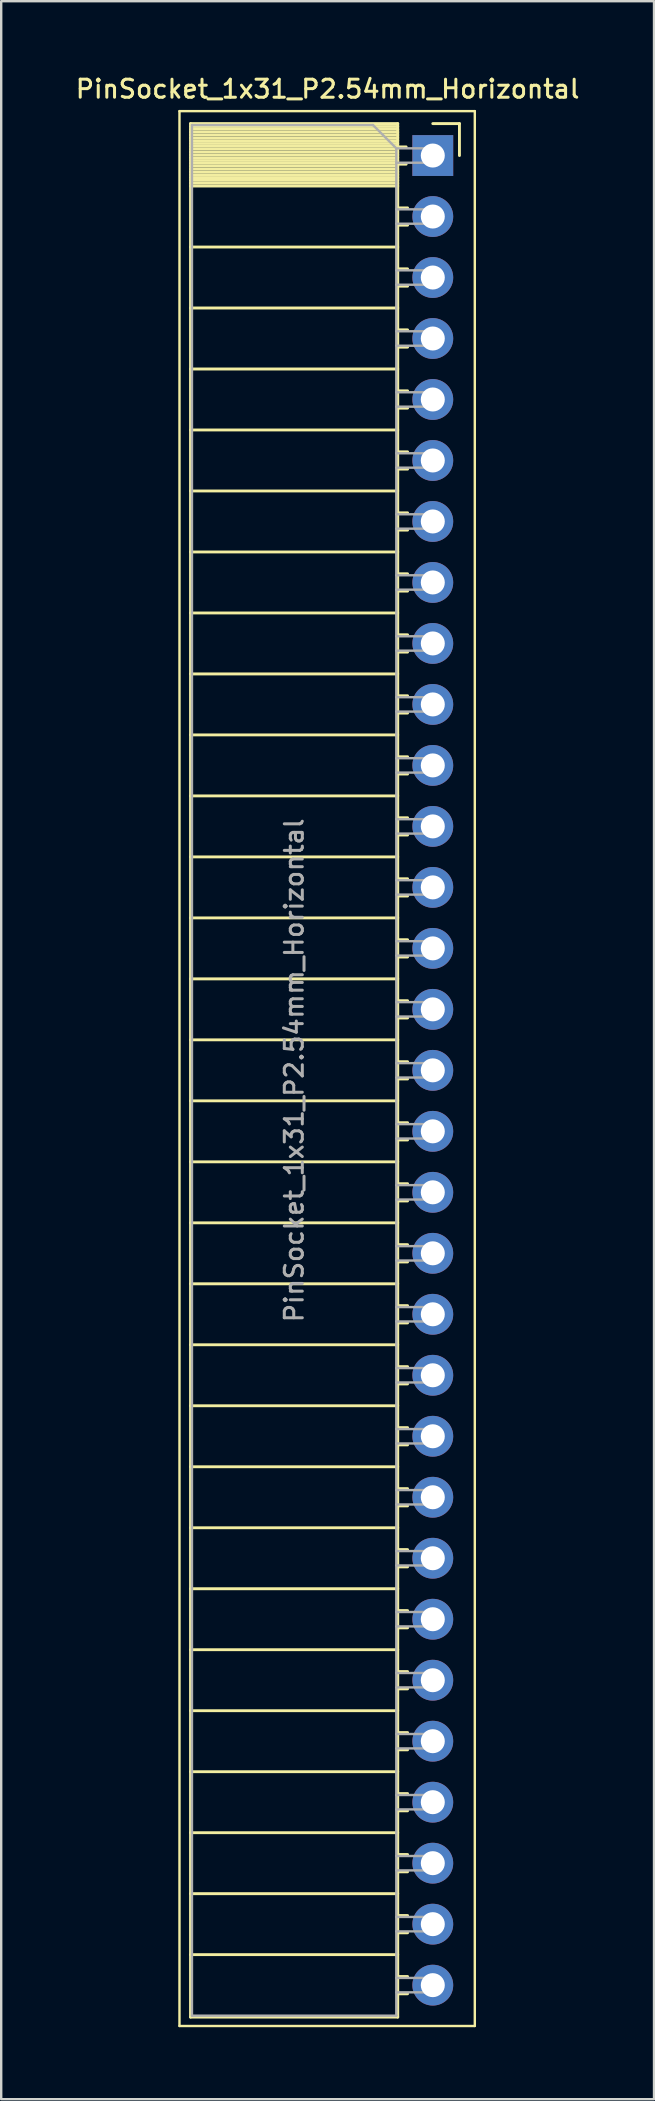
<source format=kicad_pcb>
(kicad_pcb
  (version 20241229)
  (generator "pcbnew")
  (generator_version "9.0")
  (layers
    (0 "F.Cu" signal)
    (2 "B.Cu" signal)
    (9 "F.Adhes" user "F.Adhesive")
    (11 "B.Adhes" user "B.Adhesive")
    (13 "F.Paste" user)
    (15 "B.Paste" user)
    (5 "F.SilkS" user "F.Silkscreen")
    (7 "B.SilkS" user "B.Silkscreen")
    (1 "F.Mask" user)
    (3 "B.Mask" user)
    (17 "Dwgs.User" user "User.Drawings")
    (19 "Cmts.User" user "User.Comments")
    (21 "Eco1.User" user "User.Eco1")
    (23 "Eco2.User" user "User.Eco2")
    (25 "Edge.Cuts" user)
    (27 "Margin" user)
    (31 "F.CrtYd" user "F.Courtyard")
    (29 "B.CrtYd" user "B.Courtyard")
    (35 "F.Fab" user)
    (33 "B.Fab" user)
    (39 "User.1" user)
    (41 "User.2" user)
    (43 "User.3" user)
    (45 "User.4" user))
  (footprint "PinSocket_1x31_P2.54mm_Horizontal"
    (layer "F.Cu")
    (at 14.975 3.428)
    (property "Reference" "PinSocket_1x31_P2.54mm_Horizontal" (at -4.38 -2.77 0) (layer "F.SilkS") (effects (font (size 0.75 0.75) (thickness 0.125))))
    (attr through_hole)
    (fp_line (start -10.55 -1.85) (end -10.55 77.9) (stroke (width 0.1) (type solid)) (layer "F.SilkS"))
    (fp_line (start -10.55 77.9) (end 1.75 77.9) (stroke (width 0.1) (type solid)) (layer "F.SilkS"))
    (fp_line (start -10.09 -1.33) (end -10.09 77.53) (stroke (width 0.12) (type solid)) (layer "F.SilkS"))
    (fp_line (start -10.09 -1.33) (end -1.46 -1.33) (stroke (width 0.12) (type solid)) (layer "F.SilkS"))
    (fp_line (start -10.09 -1.21) (end -1.46 -1.21) (stroke (width 0.12) (type solid)) (layer "F.SilkS"))
    (fp_line (start -10.09 -1.092) (end -1.46 -1.092) (stroke (width 0.12) (type solid)) (layer "F.SilkS"))
    (fp_line (start -10.09 -0.974) (end -1.46 -0.974) (stroke (width 0.12) (type solid)) (layer "F.SilkS"))
    (fp_line (start -10.09 -0.856) (end -1.46 -0.856) (stroke (width 0.12) (type solid)) (layer "F.SilkS"))
    (fp_line (start -10.09 -0.738) (end -1.46 -0.738) (stroke (width 0.12) (type solid)) (layer "F.SilkS"))
    (fp_line (start -10.09 -0.62) (end -1.46 -0.62) (stroke (width 0.12) (type solid)) (layer "F.SilkS"))
    (fp_line (start -10.09 -0.501) (end -1.46 -0.501) (stroke (width 0.12) (type solid)) (layer "F.SilkS"))
    (fp_line (start -10.09 -0.383) (end -1.46 -0.383) (stroke (width 0.12) (type solid)) (layer "F.SilkS"))
    (fp_line (start -10.09 -0.265) (end -1.46 -0.265) (stroke (width 0.12) (type solid)) (layer "F.SilkS"))
    (fp_line (start -10.09 -0.147) (end -1.46 -0.147) (stroke (width 0.12) (type solid)) (layer "F.SilkS"))
    (fp_line (start -10.09 -0.029) (end -1.46 -0.029) (stroke (width 0.12) (type solid)) (layer "F.SilkS"))
    (fp_line (start -10.09 0.089) (end -1.46 0.089) (stroke (width 0.12) (type solid)) (layer "F.SilkS"))
    (fp_line (start -10.09 0.207) (end -1.46 0.207) (stroke (width 0.12) (type solid)) (layer "F.SilkS"))
    (fp_line (start -10.09 0.325) (end -1.46 0.325) (stroke (width 0.12) (type solid)) (layer "F.SilkS"))
    (fp_line (start -10.09 0.443) (end -1.46 0.443) (stroke (width 0.12) (type solid)) (layer "F.SilkS"))
    (fp_line (start -10.09 0.561) (end -1.46 0.561) (stroke (width 0.12) (type solid)) (layer "F.SilkS"))
    (fp_line (start -10.09 0.68) (end -1.46 0.68) (stroke (width 0.12) (type solid)) (layer "F.SilkS"))
    (fp_line (start -10.09 0.798) (end -1.46 0.798) (stroke (width 0.12) (type solid)) (layer "F.SilkS"))
    (fp_line (start -10.09 0.916) (end -1.46 0.916) (stroke (width 0.12) (type solid)) (layer "F.SilkS"))
    (fp_line (start -10.09 1.034) (end -1.46 1.034) (stroke (width 0.12) (type solid)) (layer "F.SilkS"))
    (fp_line (start -10.09 1.152) (end -1.46 1.152) (stroke (width 0.12) (type solid)) (layer "F.SilkS"))
    (fp_line (start -10.09 1.27) (end -1.46 1.27) (stroke (width 0.12) (type solid)) (layer "F.SilkS"))
    (fp_line (start -10.09 3.81) (end -1.46 3.81) (stroke (width 0.12) (type solid)) (layer "F.SilkS"))
    (fp_line (start -10.09 6.35) (end -1.46 6.35) (stroke (width 0.12) (type solid)) (layer "F.SilkS"))
    (fp_line (start -10.09 8.89) (end -1.46 8.89) (stroke (width 0.12) (type solid)) (layer "F.SilkS"))
    (fp_line (start -10.09 11.43) (end -1.46 11.43) (stroke (width 0.12) (type solid)) (layer "F.SilkS"))
    (fp_line (start -10.09 13.97) (end -1.46 13.97) (stroke (width 0.12) (type solid)) (layer "F.SilkS"))
    (fp_line (start -10.09 16.51) (end -1.46 16.51) (stroke (width 0.12) (type solid)) (layer "F.SilkS"))
    (fp_line (start -10.09 19.05) (end -1.46 19.05) (stroke (width 0.12) (type solid)) (layer "F.SilkS"))
    (fp_line (start -10.09 21.59) (end -1.46 21.59) (stroke (width 0.12) (type solid)) (layer "F.SilkS"))
    (fp_line (start -10.09 24.13) (end -1.46 24.13) (stroke (width 0.12) (type solid)) (layer "F.SilkS"))
    (fp_line (start -10.09 26.67) (end -1.46 26.67) (stroke (width 0.12) (type solid)) (layer "F.SilkS"))
    (fp_line (start -10.09 29.21) (end -1.46 29.21) (stroke (width 0.12) (type solid)) (layer "F.SilkS"))
    (fp_line (start -10.09 31.75) (end -1.46 31.75) (stroke (width 0.12) (type solid)) (layer "F.SilkS"))
    (fp_line (start -10.09 34.29) (end -1.46 34.29) (stroke (width 0.12) (type solid)) (layer "F.SilkS"))
    (fp_line (start -10.09 36.83) (end -1.46 36.83) (stroke (width 0.12) (type solid)) (layer "F.SilkS"))
    (fp_line (start -10.09 39.37) (end -1.46 39.37) (stroke (width 0.12) (type solid)) (layer "F.SilkS"))
    (fp_line (start -10.09 41.91) (end -1.46 41.91) (stroke (width 0.12) (type solid)) (layer "F.SilkS"))
    (fp_line (start -10.09 44.45) (end -1.46 44.45) (stroke (width 0.12) (type solid)) (layer "F.SilkS"))
    (fp_line (start -10.09 46.99) (end -1.46 46.99) (stroke (width 0.12) (type solid)) (layer "F.SilkS"))
    (fp_line (start -10.09 49.53) (end -1.46 49.53) (stroke (width 0.12) (type solid)) (layer "F.SilkS"))
    (fp_line (start -10.09 52.07) (end -1.46 52.07) (stroke (width 0.12) (type solid)) (layer "F.SilkS"))
    (fp_line (start -10.09 54.61) (end -1.46 54.61) (stroke (width 0.12) (type solid)) (layer "F.SilkS"))
    (fp_line (start -10.09 57.15) (end -1.46 57.15) (stroke (width 0.12) (type solid)) (layer "F.SilkS"))
    (fp_line (start -10.09 59.69) (end -1.46 59.69) (stroke (width 0.12) (type solid)) (layer "F.SilkS"))
    (fp_line (start -10.09 62.23) (end -1.46 62.23) (stroke (width 0.12) (type solid)) (layer "F.SilkS"))
    (fp_line (start -10.09 64.77) (end -1.46 64.77) (stroke (width 0.12) (type solid)) (layer "F.SilkS"))
    (fp_line (start -10.09 67.31) (end -1.46 67.31) (stroke (width 0.12) (type solid)) (layer "F.SilkS"))
    (fp_line (start -10.09 69.85) (end -1.46 69.85) (stroke (width 0.12) (type solid)) (layer "F.SilkS"))
    (fp_line (start -10.09 72.39) (end -1.46 72.39) (stroke (width 0.12) (type solid)) (layer "F.SilkS"))
    (fp_line (start -10.09 74.93) (end -1.46 74.93) (stroke (width 0.12) (type solid)) (layer "F.SilkS"))
    (fp_line (start -10.09 77.53) (end -1.46 77.53) (stroke (width 0.12) (type solid)) (layer "F.SilkS"))
    (fp_line (start -1.46 -1.33) (end -1.46 77.53) (stroke (width 0.12) (type solid)) (layer "F.SilkS"))
    (fp_line (start -1.46 -0.36) (end -1.11 -0.36) (stroke (width 0.12) (type solid)) (layer "F.SilkS"))
    (fp_line (start -1.46 0.36) (end -1.11 0.36) (stroke (width 0.12) (type solid)) (layer "F.SilkS"))
    (fp_line (start -1.46 2.18) (end -1.05 2.18) (stroke (width 0.12) (type solid)) (layer "F.SilkS"))
    (fp_line (start -1.46 2.9) (end -1.05 2.9) (stroke (width 0.12) (type solid)) (layer "F.SilkS"))
    (fp_line (start -1.46 4.72) (end -1.05 4.72) (stroke (width 0.12) (type solid)) (layer "F.SilkS"))
    (fp_line (start -1.46 5.44) (end -1.05 5.44) (stroke (width 0.12) (type solid)) (layer "F.SilkS"))
    (fp_line (start -1.46 7.26) (end -1.05 7.26) (stroke (width 0.12) (type solid)) (layer "F.SilkS"))
    (fp_line (start -1.46 7.98) (end -1.05 7.98) (stroke (width 0.12) (type solid)) (layer "F.SilkS"))
    (fp_line (start -1.46 9.8) (end -1.05 9.8) (stroke (width 0.12) (type solid)) (layer "F.SilkS"))
    (fp_line (start -1.46 10.52) (end -1.05 10.52) (stroke (width 0.12) (type solid)) (layer "F.SilkS"))
    (fp_line (start -1.46 12.34) (end -1.05 12.34) (stroke (width 0.12) (type solid)) (layer "F.SilkS"))
    (fp_line (start -1.46 13.06) (end -1.05 13.06) (stroke (width 0.12) (type solid)) (layer "F.SilkS"))
    (fp_line (start -1.46 14.88) (end -1.05 14.88) (stroke (width 0.12) (type solid)) (layer "F.SilkS"))
    (fp_line (start -1.46 15.6) (end -1.05 15.6) (stroke (width 0.12) (type solid)) (layer "F.SilkS"))
    (fp_line (start -1.46 17.42) (end -1.05 17.42) (stroke (width 0.12) (type solid)) (layer "F.SilkS"))
    (fp_line (start -1.46 18.14) (end -1.05 18.14) (stroke (width 0.12) (type solid)) (layer "F.SilkS"))
    (fp_line (start -1.46 19.96) (end -1.05 19.96) (stroke (width 0.12) (type solid)) (layer "F.SilkS"))
    (fp_line (start -1.46 20.68) (end -1.05 20.68) (stroke (width 0.12) (type solid)) (layer "F.SilkS"))
    (fp_line (start -1.46 22.5) (end -1.05 22.5) (stroke (width 0.12) (type solid)) (layer "F.SilkS"))
    (fp_line (start -1.46 23.22) (end -1.05 23.22) (stroke (width 0.12) (type solid)) (layer "F.SilkS"))
    (fp_line (start -1.46 25.04) (end -1.05 25.04) (stroke (width 0.12) (type solid)) (layer "F.SilkS"))
    (fp_line (start -1.46 25.76) (end -1.05 25.76) (stroke (width 0.12) (type solid)) (layer "F.SilkS"))
    (fp_line (start -1.46 27.58) (end -1.05 27.58) (stroke (width 0.12) (type solid)) (layer "F.SilkS"))
    (fp_line (start -1.46 28.3) (end -1.05 28.3) (stroke (width 0.12) (type solid)) (layer "F.SilkS"))
    (fp_line (start -1.46 30.12) (end -1.05 30.12) (stroke (width 0.12) (type solid)) (layer "F.SilkS"))
    (fp_line (start -1.46 30.84) (end -1.05 30.84) (stroke (width 0.12) (type solid)) (layer "F.SilkS"))
    (fp_line (start -1.46 32.66) (end -1.05 32.66) (stroke (width 0.12) (type solid)) (layer "F.SilkS"))
    (fp_line (start -1.46 33.38) (end -1.05 33.38) (stroke (width 0.12) (type solid)) (layer "F.SilkS"))
    (fp_line (start -1.46 35.2) (end -1.05 35.2) (stroke (width 0.12) (type solid)) (layer "F.SilkS"))
    (fp_line (start -1.46 35.92) (end -1.05 35.92) (stroke (width 0.12) (type solid)) (layer "F.SilkS"))
    (fp_line (start -1.46 37.74) (end -1.05 37.74) (stroke (width 0.12) (type solid)) (layer "F.SilkS"))
    (fp_line (start -1.46 38.46) (end -1.05 38.46) (stroke (width 0.12) (type solid)) (layer "F.SilkS"))
    (fp_line (start -1.46 40.28) (end -1.05 40.28) (stroke (width 0.12) (type solid)) (layer "F.SilkS"))
    (fp_line (start -1.46 41) (end -1.05 41) (stroke (width 0.12) (type solid)) (layer "F.SilkS"))
    (fp_line (start -1.46 42.82) (end -1.05 42.82) (stroke (width 0.12) (type solid)) (layer "F.SilkS"))
    (fp_line (start -1.46 43.54) (end -1.05 43.54) (stroke (width 0.12) (type solid)) (layer "F.SilkS"))
    (fp_line (start -1.46 45.36) (end -1.05 45.36) (stroke (width 0.12) (type solid)) (layer "F.SilkS"))
    (fp_line (start -1.46 46.08) (end -1.05 46.08) (stroke (width 0.12) (type solid)) (layer "F.SilkS"))
    (fp_line (start -1.46 47.9) (end -1.05 47.9) (stroke (width 0.12) (type solid)) (layer "F.SilkS"))
    (fp_line (start -1.46 48.62) (end -1.05 48.62) (stroke (width 0.12) (type solid)) (layer "F.SilkS"))
    (fp_line (start -1.46 50.44) (end -1.05 50.44) (stroke (width 0.12) (type solid)) (layer "F.SilkS"))
    (fp_line (start -1.46 51.16) (end -1.05 51.16) (stroke (width 0.12) (type solid)) (layer "F.SilkS"))
    (fp_line (start -1.46 52.98) (end -1.05 52.98) (stroke (width 0.12) (type solid)) (layer "F.SilkS"))
    (fp_line (start -1.46 53.7) (end -1.05 53.7) (stroke (width 0.12) (type solid)) (layer "F.SilkS"))
    (fp_line (start -1.46 55.52) (end -1.05 55.52) (stroke (width 0.12) (type solid)) (layer "F.SilkS"))
    (fp_line (start -1.46 56.24) (end -1.05 56.24) (stroke (width 0.12) (type solid)) (layer "F.SilkS"))
    (fp_line (start -1.46 58.06) (end -1.05 58.06) (stroke (width 0.12) (type solid)) (layer "F.SilkS"))
    (fp_line (start -1.46 58.78) (end -1.05 58.78) (stroke (width 0.12) (type solid)) (layer "F.SilkS"))
    (fp_line (start -1.46 60.6) (end -1.05 60.6) (stroke (width 0.12) (type solid)) (layer "F.SilkS"))
    (fp_line (start -1.46 61.32) (end -1.05 61.32) (stroke (width 0.12) (type solid)) (layer "F.SilkS"))
    (fp_line (start -1.46 63.14) (end -1.05 63.14) (stroke (width 0.12) (type solid)) (layer "F.SilkS"))
    (fp_line (start -1.46 63.86) (end -1.05 63.86) (stroke (width 0.12) (type solid)) (layer "F.SilkS"))
    (fp_line (start -1.46 65.68) (end -1.05 65.68) (stroke (width 0.12) (type solid)) (layer "F.SilkS"))
    (fp_line (start -1.46 66.4) (end -1.05 66.4) (stroke (width 0.12) (type solid)) (layer "F.SilkS"))
    (fp_line (start -1.46 68.22) (end -1.05 68.22) (stroke (width 0.12) (type solid)) (layer "F.SilkS"))
    (fp_line (start -1.46 68.94) (end -1.05 68.94) (stroke (width 0.12) (type solid)) (layer "F.SilkS"))
    (fp_line (start -1.46 70.76) (end -1.05 70.76) (stroke (width 0.12) (type solid)) (layer "F.SilkS"))
    (fp_line (start -1.46 71.48) (end -1.05 71.48) (stroke (width 0.12) (type solid)) (layer "F.SilkS"))
    (fp_line (start -1.46 73.3) (end -1.05 73.3) (stroke (width 0.12) (type solid)) (layer "F.SilkS"))
    (fp_line (start -1.46 74.02) (end -1.05 74.02) (stroke (width 0.12) (type solid)) (layer "F.SilkS"))
    (fp_line (start -1.46 75.84) (end -1.05 75.84) (stroke (width 0.12) (type solid)) (layer "F.SilkS"))
    (fp_line (start -1.46 76.56) (end -1.05 76.56) (stroke (width 0.12) (type solid)) (layer "F.SilkS"))
    (fp_line (start 0 -1.33) (end 1.11 -1.33) (stroke (width 0.12) (type solid)) (layer "F.SilkS"))
    (fp_line (start 1.11 -1.33) (end 1.11 0) (stroke (width 0.12) (type solid)) (layer "F.SilkS"))
    (fp_line (start 1.75 -1.85) (end -10.55 -1.85) (stroke (width 0.1) (type solid)) (layer "F.SilkS"))
    (fp_line (start 1.75 77.9) (end 1.75 -1.85) (stroke (width 0.1) (type solid)) (layer "F.SilkS"))
    (fp_line (start -10.03 -1.27) (end -2.49 -1.27) (stroke (width 0.1) (type solid)) (layer "F.Fab"))
    (fp_line (start -10.03 77.47) (end -10.03 -1.27) (stroke (width 0.1) (type solid)) (layer "F.Fab"))
    (fp_line (start -2.49 -1.27) (end -1.52 -0.3) (stroke (width 0.1) (type solid)) (layer "F.Fab"))
    (fp_line (start -1.52 -0.3) (end -1.52 77.47) (stroke (width 0.1) (type solid)) (layer "F.Fab"))
    (fp_line (start -1.52 0.3) (end 0 0.3) (stroke (width 0.1) (type solid)) (layer "F.Fab"))
    (fp_line (start -1.52 2.84) (end 0 2.84) (stroke (width 0.1) (type solid)) (layer "F.Fab"))
    (fp_line (start -1.52 5.38) (end 0 5.38) (stroke (width 0.1) (type solid)) (layer "F.Fab"))
    (fp_line (start -1.52 7.92) (end 0 7.92) (stroke (width 0.1) (type solid)) (layer "F.Fab"))
    (fp_line (start -1.52 10.46) (end 0 10.46) (stroke (width 0.1) (type solid)) (layer "F.Fab"))
    (fp_line (start -1.52 13) (end 0 13) (stroke (width 0.1) (type solid)) (layer "F.Fab"))
    (fp_line (start -1.52 15.54) (end 0 15.54) (stroke (width 0.1) (type solid)) (layer "F.Fab"))
    (fp_line (start -1.52 18.08) (end 0 18.08) (stroke (width 0.1) (type solid)) (layer "F.Fab"))
    (fp_line (start -1.52 20.62) (end 0 20.62) (stroke (width 0.1) (type solid)) (layer "F.Fab"))
    (fp_line (start -1.52 23.16) (end 0 23.16) (stroke (width 0.1) (type solid)) (layer "F.Fab"))
    (fp_line (start -1.52 25.7) (end 0 25.7) (stroke (width 0.1) (type solid)) (layer "F.Fab"))
    (fp_line (start -1.52 28.24) (end 0 28.24) (stroke (width 0.1) (type solid)) (layer "F.Fab"))
    (fp_line (start -1.52 30.78) (end 0 30.78) (stroke (width 0.1) (type solid)) (layer "F.Fab"))
    (fp_line (start -1.52 33.32) (end 0 33.32) (stroke (width 0.1) (type solid)) (layer "F.Fab"))
    (fp_line (start -1.52 35.86) (end 0 35.86) (stroke (width 0.1) (type solid)) (layer "F.Fab"))
    (fp_line (start -1.52 38.4) (end 0 38.4) (stroke (width 0.1) (type solid)) (layer "F.Fab"))
    (fp_line (start -1.52 40.94) (end 0 40.94) (stroke (width 0.1) (type solid)) (layer "F.Fab"))
    (fp_line (start -1.52 43.48) (end 0 43.48) (stroke (width 0.1) (type solid)) (layer "F.Fab"))
    (fp_line (start -1.52 46.02) (end 0 46.02) (stroke (width 0.1) (type solid)) (layer "F.Fab"))
    (fp_line (start -1.52 48.56) (end 0 48.56) (stroke (width 0.1) (type solid)) (layer "F.Fab"))
    (fp_line (start -1.52 51.1) (end 0 51.1) (stroke (width 0.1) (type solid)) (layer "F.Fab"))
    (fp_line (start -1.52 53.64) (end 0 53.64) (stroke (width 0.1) (type solid)) (layer "F.Fab"))
    (fp_line (start -1.52 56.18) (end 0 56.18) (stroke (width 0.1) (type solid)) (layer "F.Fab"))
    (fp_line (start -1.52 58.72) (end 0 58.72) (stroke (width 0.1) (type solid)) (layer "F.Fab"))
    (fp_line (start -1.52 61.26) (end 0 61.26) (stroke (width 0.1) (type solid)) (layer "F.Fab"))
    (fp_line (start -1.52 63.8) (end 0 63.8) (stroke (width 0.1) (type solid)) (layer "F.Fab"))
    (fp_line (start -1.52 66.34) (end 0 66.34) (stroke (width 0.1) (type solid)) (layer "F.Fab"))
    (fp_line (start -1.52 68.88) (end 0 68.88) (stroke (width 0.1) (type solid)) (layer "F.Fab"))
    (fp_line (start -1.52 71.42) (end 0 71.42) (stroke (width 0.1) (type solid)) (layer "F.Fab"))
    (fp_line (start -1.52 73.96) (end 0 73.96) (stroke (width 0.1) (type solid)) (layer "F.Fab"))
    (fp_line (start -1.52 76.5) (end 0 76.5) (stroke (width 0.1) (type solid)) (layer "F.Fab"))
    (fp_line (start -1.52 77.47) (end -10.03 77.47) (stroke (width 0.1) (type solid)) (layer "F.Fab"))
    (fp_line (start 0 -0.3) (end -1.52 -0.3) (stroke (width 0.1) (type solid)) (layer "F.Fab"))
    (fp_line (start 0 0.3) (end 0 -0.3) (stroke (width 0.1) (type solid)) (layer "F.Fab"))
    (fp_line (start 0 2.24) (end -1.52 2.24) (stroke (width 0.1) (type solid)) (layer "F.Fab"))
    (fp_line (start 0 2.84) (end 0 2.24) (stroke (width 0.1) (type solid)) (layer "F.Fab"))
    (fp_line (start 0 4.78) (end -1.52 4.78) (stroke (width 0.1) (type solid)) (layer "F.Fab"))
    (fp_line (start 0 5.38) (end 0 4.78) (stroke (width 0.1) (type solid)) (layer "F.Fab"))
    (fp_line (start 0 7.32) (end -1.52 7.32) (stroke (width 0.1) (type solid)) (layer "F.Fab"))
    (fp_line (start 0 7.92) (end 0 7.32) (stroke (width 0.1) (type solid)) (layer "F.Fab"))
    (fp_line (start 0 9.86) (end -1.52 9.86) (stroke (width 0.1) (type solid)) (layer "F.Fab"))
    (fp_line (start 0 10.46) (end 0 9.86) (stroke (width 0.1) (type solid)) (layer "F.Fab"))
    (fp_line (start 0 12.4) (end -1.52 12.4) (stroke (width 0.1) (type solid)) (layer "F.Fab"))
    (fp_line (start 0 13) (end 0 12.4) (stroke (width 0.1) (type solid)) (layer "F.Fab"))
    (fp_line (start 0 14.94) (end -1.52 14.94) (stroke (width 0.1) (type solid)) (layer "F.Fab"))
    (fp_line (start 0 15.54) (end 0 14.94) (stroke (width 0.1) (type solid)) (layer "F.Fab"))
    (fp_line (start 0 17.48) (end -1.52 17.48) (stroke (width 0.1) (type solid)) (layer "F.Fab"))
    (fp_line (start 0 18.08) (end 0 17.48) (stroke (width 0.1) (type solid)) (layer "F.Fab"))
    (fp_line (start 0 20.02) (end -1.52 20.02) (stroke (width 0.1) (type solid)) (layer "F.Fab"))
    (fp_line (start 0 20.62) (end 0 20.02) (stroke (width 0.1) (type solid)) (layer "F.Fab"))
    (fp_line (start 0 22.56) (end -1.52 22.56) (stroke (width 0.1) (type solid)) (layer "F.Fab"))
    (fp_line (start 0 23.16) (end 0 22.56) (stroke (width 0.1) (type solid)) (layer "F.Fab"))
    (fp_line (start 0 25.1) (end -1.52 25.1) (stroke (width 0.1) (type solid)) (layer "F.Fab"))
    (fp_line (start 0 25.7) (end 0 25.1) (stroke (width 0.1) (type solid)) (layer "F.Fab"))
    (fp_line (start 0 27.64) (end -1.52 27.64) (stroke (width 0.1) (type solid)) (layer "F.Fab"))
    (fp_line (start 0 28.24) (end 0 27.64) (stroke (width 0.1) (type solid)) (layer "F.Fab"))
    (fp_line (start 0 30.18) (end -1.52 30.18) (stroke (width 0.1) (type solid)) (layer "F.Fab"))
    (fp_line (start 0 30.78) (end 0 30.18) (stroke (width 0.1) (type solid)) (layer "F.Fab"))
    (fp_line (start 0 32.72) (end -1.52 32.72) (stroke (width 0.1) (type solid)) (layer "F.Fab"))
    (fp_line (start 0 33.32) (end 0 32.72) (stroke (width 0.1) (type solid)) (layer "F.Fab"))
    (fp_line (start 0 35.26) (end -1.52 35.26) (stroke (width 0.1) (type solid)) (layer "F.Fab"))
    (fp_line (start 0 35.86) (end 0 35.26) (stroke (width 0.1) (type solid)) (layer "F.Fab"))
    (fp_line (start 0 37.8) (end -1.52 37.8) (stroke (width 0.1) (type solid)) (layer "F.Fab"))
    (fp_line (start 0 38.4) (end 0 37.8) (stroke (width 0.1) (type solid)) (layer "F.Fab"))
    (fp_line (start 0 40.34) (end -1.52 40.34) (stroke (width 0.1) (type solid)) (layer "F.Fab"))
    (fp_line (start 0 40.94) (end 0 40.34) (stroke (width 0.1) (type solid)) (layer "F.Fab"))
    (fp_line (start 0 42.88) (end -1.52 42.88) (stroke (width 0.1) (type solid)) (layer "F.Fab"))
    (fp_line (start 0 43.48) (end 0 42.88) (stroke (width 0.1) (type solid)) (layer "F.Fab"))
    (fp_line (start 0 45.42) (end -1.52 45.42) (stroke (width 0.1) (type solid)) (layer "F.Fab"))
    (fp_line (start 0 46.02) (end 0 45.42) (stroke (width 0.1) (type solid)) (layer "F.Fab"))
    (fp_line (start 0 47.96) (end -1.52 47.96) (stroke (width 0.1) (type solid)) (layer "F.Fab"))
    (fp_line (start 0 48.56) (end 0 47.96) (stroke (width 0.1) (type solid)) (layer "F.Fab"))
    (fp_line (start 0 50.5) (end -1.52 50.5) (stroke (width 0.1) (type solid)) (layer "F.Fab"))
    (fp_line (start 0 51.1) (end 0 50.5) (stroke (width 0.1) (type solid)) (layer "F.Fab"))
    (fp_line (start 0 53.04) (end -1.52 53.04) (stroke (width 0.1) (type solid)) (layer "F.Fab"))
    (fp_line (start 0 53.64) (end 0 53.04) (stroke (width 0.1) (type solid)) (layer "F.Fab"))
    (fp_line (start 0 55.58) (end -1.52 55.58) (stroke (width 0.1) (type solid)) (layer "F.Fab"))
    (fp_line (start 0 56.18) (end 0 55.58) (stroke (width 0.1) (type solid)) (layer "F.Fab"))
    (fp_line (start 0 58.12) (end -1.52 58.12) (stroke (width 0.1) (type solid)) (layer "F.Fab"))
    (fp_line (start 0 58.72) (end 0 58.12) (stroke (width 0.1) (type solid)) (layer "F.Fab"))
    (fp_line (start 0 60.66) (end -1.52 60.66) (stroke (width 0.1) (type solid)) (layer "F.Fab"))
    (fp_line (start 0 61.26) (end 0 60.66) (stroke (width 0.1) (type solid)) (layer "F.Fab"))
    (fp_line (start 0 63.2) (end -1.52 63.2) (stroke (width 0.1) (type solid)) (layer "F.Fab"))
    (fp_line (start 0 63.8) (end 0 63.2) (stroke (width 0.1) (type solid)) (layer "F.Fab"))
    (fp_line (start 0 65.74) (end -1.52 65.74) (stroke (width 0.1) (type solid)) (layer "F.Fab"))
    (fp_line (start 0 66.34) (end 0 65.74) (stroke (width 0.1) (type solid)) (layer "F.Fab"))
    (fp_line (start 0 68.28) (end -1.52 68.28) (stroke (width 0.1) (type solid)) (layer "F.Fab"))
    (fp_line (start 0 68.88) (end 0 68.28) (stroke (width 0.1) (type solid)) (layer "F.Fab"))
    (fp_line (start 0 70.82) (end -1.52 70.82) (stroke (width 0.1) (type solid)) (layer "F.Fab"))
    (fp_line (start 0 71.42) (end 0 70.82) (stroke (width 0.1) (type solid)) (layer "F.Fab"))
    (fp_line (start 0 73.36) (end -1.52 73.36) (stroke (width 0.1) (type solid)) (layer "F.Fab"))
    (fp_line (start 0 73.96) (end 0 73.36) (stroke (width 0.1) (type solid)) (layer "F.Fab"))
    (fp_line (start 0 75.9) (end -1.52 75.9) (stroke (width 0.1) (type solid)) (layer "F.Fab"))
    (fp_line (start 0 76.5) (end 0 75.9) (stroke (width 0.1) (type solid)) (layer "F.Fab"))
    (fp_text user "${REFERENCE}" (at -5.775 38.1 90) (layer "F.Fab") (effects (font (size 0.75 0.75) (thickness 0.125))))
    (pad "1" thru_hole rect (at 0 0) (size 1.7 1.7) (drill 1) (layers "*.Cu" "*.Mask"))
    (pad "2" thru_hole oval (at 0 2.54) (size 1.7 1.7) (drill 1) (layers "*.Cu" "*.Mask"))
    (pad "3" thru_hole oval (at 0 5.08) (size 1.7 1.7) (drill 1) (layers "*.Cu" "*.Mask"))
    (pad "4" thru_hole oval (at 0 7.62) (size 1.7 1.7) (drill 1) (layers "*.Cu" "*.Mask"))
    (pad "5" thru_hole oval (at 0 10.16) (size 1.7 1.7) (drill 1) (layers "*.Cu" "*.Mask"))
    (pad "6" thru_hole oval (at 0 12.7) (size 1.7 1.7) (drill 1) (layers "*.Cu" "*.Mask"))
    (pad "7" thru_hole oval (at 0 15.24) (size 1.7 1.7) (drill 1) (layers "*.Cu" "*.Mask"))
    (pad "8" thru_hole oval (at 0 17.78) (size 1.7 1.7) (drill 1) (layers "*.Cu" "*.Mask"))
    (pad "9" thru_hole oval (at 0 20.32) (size 1.7 1.7) (drill 1) (layers "*.Cu" "*.Mask"))
    (pad "10" thru_hole oval (at 0 22.86) (size 1.7 1.7) (drill 1) (layers "*.Cu" "*.Mask"))
    (pad "11" thru_hole oval (at 0 25.4) (size 1.7 1.7) (drill 1) (layers "*.Cu" "*.Mask"))
    (pad "12" thru_hole oval (at 0 27.94) (size 1.7 1.7) (drill 1) (layers "*.Cu" "*.Mask"))
    (pad "13" thru_hole oval (at 0 30.48) (size 1.7 1.7) (drill 1) (layers "*.Cu" "*.Mask"))
    (pad "14" thru_hole oval (at 0 33.02) (size 1.7 1.7) (drill 1) (layers "*.Cu" "*.Mask"))
    (pad "15" thru_hole oval (at 0 35.56) (size 1.7 1.7) (drill 1) (layers "*.Cu" "*.Mask"))
    (pad "16" thru_hole oval (at 0 38.1) (size 1.7 1.7) (drill 1) (layers "*.Cu" "*.Mask"))
    (pad "17" thru_hole oval (at 0 40.64) (size 1.7 1.7) (drill 1) (layers "*.Cu" "*.Mask"))
    (pad "18" thru_hole oval (at 0 43.18) (size 1.7 1.7) (drill 1) (layers "*.Cu" "*.Mask"))
    (pad "19" thru_hole oval (at 0 45.72) (size 1.7 1.7) (drill 1) (layers "*.Cu" "*.Mask"))
    (pad "20" thru_hole oval (at 0 48.26) (size 1.7 1.7) (drill 1) (layers "*.Cu" "*.Mask"))
    (pad "21" thru_hole oval (at 0 50.8) (size 1.7 1.7) (drill 1) (layers "*.Cu" "*.Mask"))
    (pad "22" thru_hole oval (at 0 53.34) (size 1.7 1.7) (drill 1) (layers "*.Cu" "*.Mask"))
    (pad "23" thru_hole oval (at 0 55.88) (size 1.7 1.7) (drill 1) (layers "*.Cu" "*.Mask"))
    (pad "24" thru_hole oval (at 0 58.42) (size 1.7 1.7) (drill 1) (layers "*.Cu" "*.Mask"))
    (pad "25" thru_hole oval (at 0 60.96) (size 1.7 1.7) (drill 1) (layers "*.Cu" "*.Mask"))
    (pad "26" thru_hole oval (at 0 63.5) (size 1.7 1.7) (drill 1) (layers "*.Cu" "*.Mask"))
    (pad "27" thru_hole oval (at 0 66.04) (size 1.7 1.7) (drill 1) (layers "*.Cu" "*.Mask"))
    (pad "28" thru_hole oval (at 0 68.58) (size 1.7 1.7) (drill 1) (layers "*.Cu" "*.Mask"))
    (pad "29" thru_hole oval (at 0 71.12) (size 1.7 1.7) (drill 1) (layers "*.Cu" "*.Mask"))
    (pad "30" thru_hole oval (at 0 73.66) (size 1.7 1.7) (drill 1) (layers "*.Cu" "*.Mask"))
    (pad "31" thru_hole oval (at 0 76.2) (size 1.7 1.7) (drill 1) (layers "*.Cu" "*.Mask")))
  (gr_rect
    (start -3 -3)
    (end 24.189 84.378)
    (stroke (width 0.1) (type default))
    (fill no)
    (layer "Edge.Cuts")))
</source>
